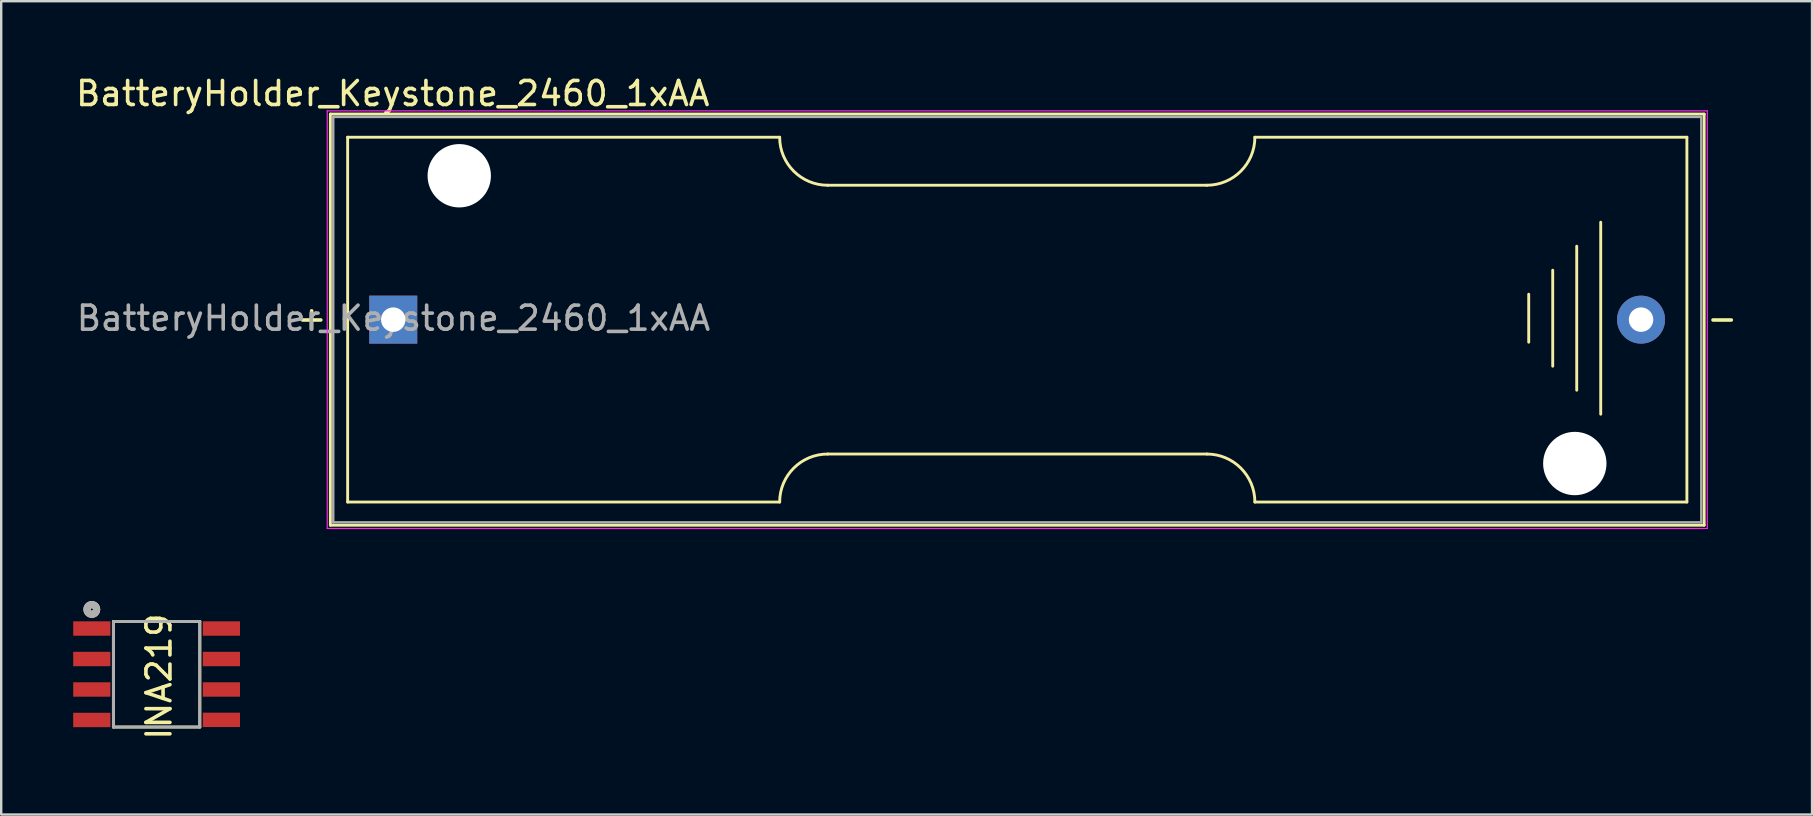
<source format=kicad_pcb>
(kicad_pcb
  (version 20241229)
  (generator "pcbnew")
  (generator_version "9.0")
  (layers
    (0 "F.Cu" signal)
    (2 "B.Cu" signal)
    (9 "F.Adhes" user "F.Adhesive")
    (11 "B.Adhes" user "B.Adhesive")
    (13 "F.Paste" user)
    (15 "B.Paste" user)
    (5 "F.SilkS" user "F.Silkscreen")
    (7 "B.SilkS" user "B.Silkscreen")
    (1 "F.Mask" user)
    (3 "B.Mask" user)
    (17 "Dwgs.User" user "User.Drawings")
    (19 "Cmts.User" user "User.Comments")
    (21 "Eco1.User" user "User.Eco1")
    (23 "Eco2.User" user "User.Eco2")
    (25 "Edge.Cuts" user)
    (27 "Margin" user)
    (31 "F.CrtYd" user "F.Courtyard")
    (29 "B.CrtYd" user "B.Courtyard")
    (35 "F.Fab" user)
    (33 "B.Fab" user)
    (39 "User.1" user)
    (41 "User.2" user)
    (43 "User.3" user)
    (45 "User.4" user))
  (footprint "INA219"
    (layer "F.Cu")
    (at 3.475 25.043)
    (property "Reference" "INA219" (at 0.1 0.1 90) (layer "F.SilkS") (effects (font (size 1 1) (thickness 0.15))))
    (attr through_hole)
    (fp_line (start -1.8 -2.2) (end 1.8 -2.2) (stroke (width 0.12) (type solid)) (layer "F.SilkS"))
    (fp_line (start -1.8 2.2) (end -1.8 -2.2) (stroke (width 0.12) (type solid)) (layer "F.SilkS"))
    (fp_line (start 1.8 -2.2) (end 1.8 2.2) (stroke (width 0.12) (type solid)) (layer "F.SilkS"))
    (fp_line (start 1.8 2.2) (end -1.8 2.2) (stroke (width 0.12) (type solid)) (layer "F.SilkS"))
    (fp_circle (center -2.7 -2.7) (end -2.5 -2.7) (stroke (width 0.3) (type solid)) (fill no) (layer "F.SilkS"))
    (fp_line (start -1.8 -2.2) (end 1.8 -2.2) (stroke (width 0.12) (type solid)) (layer "F.Fab"))
    (fp_line (start -1.8 2.2) (end -1.8 -2.2) (stroke (width 0.12) (type solid)) (layer "F.Fab"))
    (fp_line (start 1.8 -2.2) (end 1.8 2.2) (stroke (width 0.12) (type solid)) (layer "F.Fab"))
    (fp_line (start 1.8 2.2) (end -1.8 2.2) (stroke (width 0.12) (type solid)) (layer "F.Fab"))
    (fp_circle (center -2.7 -2.7) (end -2.5 -2.7) (stroke (width 0.3) (type solid)) (fill no) (layer "F.Fab"))
    (pad "1" smd rect (at -2.7 -1.905) (size 1.55 0.6) (layers "F.Cu" "F.Mask" "F.Paste"))
    (pad "2" smd rect (at -2.7 -0.635) (size 1.55 0.6) (layers "F.Cu" "F.Mask" "F.Paste"))
    (pad "3" smd rect (at -2.7 0.635) (size 1.55 0.6) (layers "F.Cu" "F.Mask" "F.Paste"))
    (pad "4" smd rect (at -2.7 1.905) (size 1.55 0.6) (layers "F.Cu" "F.Mask" "F.Paste"))
    (pad "5" smd rect (at 2.7 1.9) (size 1.55 0.6) (layers "F.Cu" "F.Mask" "F.Paste"))
    (pad "6" smd rect (at 2.7 0.635) (size 1.55 0.6) (layers "F.Cu" "F.Mask" "F.Paste"))
    (pad "7" smd rect (at 2.7 -0.635) (size 1.55 0.6) (layers "F.Cu" "F.Mask" "F.Paste"))
    (pad "8" smd rect (at 2.7 -1.905) (size 1.55 0.6) (layers "F.Cu" "F.Mask" "F.Paste")))
  (footprint "BatteryHolder_Keystone_2460_1xAA"
    (layer "F.Cu")
    (at 13.335 10.268)
    (property "Reference" "BatteryHolder_Keystone_2460_1xAA" (at -0.02 -9.42 180) (layer "F.SilkS") (effects (font (size 1 1) (thickness 0.15))))
    (attr through_hole)
    (fp_line (start -2.62 -8.565) (end 54.62 -8.565) (stroke (width 0.12) (type solid)) (layer "F.SilkS"))
    (fp_line (start -2.62 8.565) (end -2.62 -8.565) (stroke (width 0.12) (type solid)) (layer "F.SilkS"))
    (fp_line (start -1.9 -7.6) (end -1.9 7.6) (stroke (width 0.12) (type solid)) (layer "F.SilkS"))
    (fp_line (start -1.9 -7.6) (end 16.1 -7.6) (stroke (width 0.12) (type solid)) (layer "F.SilkS"))
    (fp_line (start -1.9 7.6) (end 16.1 7.6) (stroke (width 0.12) (type solid)) (layer "F.SilkS"))
    (fp_line (start 18.1 -5.6) (end 33.9 -5.6) (stroke (width 0.12) (type solid)) (layer "F.SilkS"))
    (fp_line (start 33.9 5.6) (end 18.1 5.6) (stroke (width 0.12) (type solid)) (layer "F.SilkS"))
    (fp_line (start 35.9 -7.6) (end 53.9 -7.6) (stroke (width 0.12) (type solid)) (layer "F.SilkS"))
    (fp_line (start 35.9 7.6) (end 53.9 7.6) (stroke (width 0.12) (type solid)) (layer "F.SilkS"))
    (fp_line (start 47.31 -1.06) (end 47.31 0.94) (stroke (width 0.12) (type solid)) (layer "F.SilkS"))
    (fp_line (start 48.31 -2.06) (end 48.31 1.94) (stroke (width 0.12) (type solid)) (layer "F.SilkS"))
    (fp_line (start 49.31 2.94) (end 49.31 -3.06) (stroke (width 0.12) (type solid)) (layer "F.SilkS"))
    (fp_line (start 50.31 -4.06) (end 50.31 3.94) (stroke (width 0.12) (type solid)) (layer "F.SilkS"))
    (fp_line (start 53.9 -7.6) (end 53.9 7.6) (stroke (width 0.12) (type solid)) (layer "F.SilkS"))
    (fp_line (start 54.62 -8.565) (end 54.62 8.565) (stroke (width 0.12) (type solid)) (layer "F.SilkS"))
    (fp_line (start 54.62 8.565) (end -2.62 8.565) (stroke (width 0.12) (type solid)) (layer "F.SilkS"))
    (fp_arc (start 16.1 7.6) (mid 16.685786 6.185786) (end 18.1 5.6) (stroke (width 0.12) (type solid)) (layer "F.SilkS"))
    (fp_arc (start 18.1 -5.6) (mid 16.685786 -6.185786) (end 16.1 -7.6) (stroke (width 0.12) (type solid)) (layer "F.SilkS"))
    (fp_arc (start 33.9 5.6) (mid 35.314214 6.185786) (end 35.9 7.6) (stroke (width 0.12) (type solid)) (layer "F.SilkS"))
    (fp_arc (start 35.9 -7.6) (mid 35.314214 -6.185786) (end 33.9 -5.6) (stroke (width 0.12) (type solid)) (layer "F.SilkS"))
    (fp_line (start -2.75 -8.7) (end 54.75 -8.7) (stroke (width 0.05) (type solid)) (layer "F.CrtYd"))
    (fp_line (start -2.75 8.7) (end -2.75 -8.7) (stroke (width 0.05) (type solid)) (layer "F.CrtYd"))
    (fp_line (start 54.75 -8.7) (end 54.75 8.7) (stroke (width 0.05) (type solid)) (layer "F.CrtYd"))
    (fp_line (start 54.75 8.7) (end -2.75 8.7) (stroke (width 0.05) (type solid)) (layer "F.CrtYd"))
    (fp_line (start -2.5 -8.445) (end -2.5 8.445) (stroke (width 0.1) (type solid)) (layer "F.Fab"))
    (fp_line (start -2.5 8.445) (end 54.5 8.445) (stroke (width 0.1) (type solid)) (layer "F.Fab"))
    (fp_line (start 54.5 -8.445) (end -2.5 -8.445) (stroke (width 0.1) (type solid)) (layer "F.Fab"))
    (fp_line (start 54.5 8.445) (end 54.5 -8.445) (stroke (width 0.1) (type solid)) (layer "F.Fab"))
    (fp_text user "-" (at 55.37 -0.06 0) (layer "F.SilkS") (effects (font (size 1 1) (thickness 0.15))))
    (fp_text user "+" (at -3.4 -0.06 0) (layer "F.SilkS") (effects (font (size 1 1) (thickness 0.15))))
    (fp_text user "${REFERENCE}" (at 0.01 -0.06 0) (layer "F.Fab") (effects (font (size 1 1) (thickness 0.15))))
    (pad "" np_thru_hole circle (at 2.75 -5.995 90) (size 2.64 2.64) (drill 2.64) (layers "*.Cu" "*.Mask"))
    (pad "" np_thru_hole circle (at 49.23 5.995) (size 2.64 2.64) (drill 2.64) (layers "*.Cu" "*.Mask"))
    (pad "1" thru_hole rect (at 0 0 180) (size 2 2) (drill 1.02) (layers "*.Cu" "*.Mask"))
    (pad "2" thru_hole circle (at 51.99 0 180) (size 2 2) (drill 1.02) (layers "*.Cu" "*.Mask")))
  (gr_rect
    (start -3 -3)
    (end 72.45 30.887)
    (stroke (width 0.1) (type default))
    (fill no)
    (layer "Edge.Cuts")))
</source>
